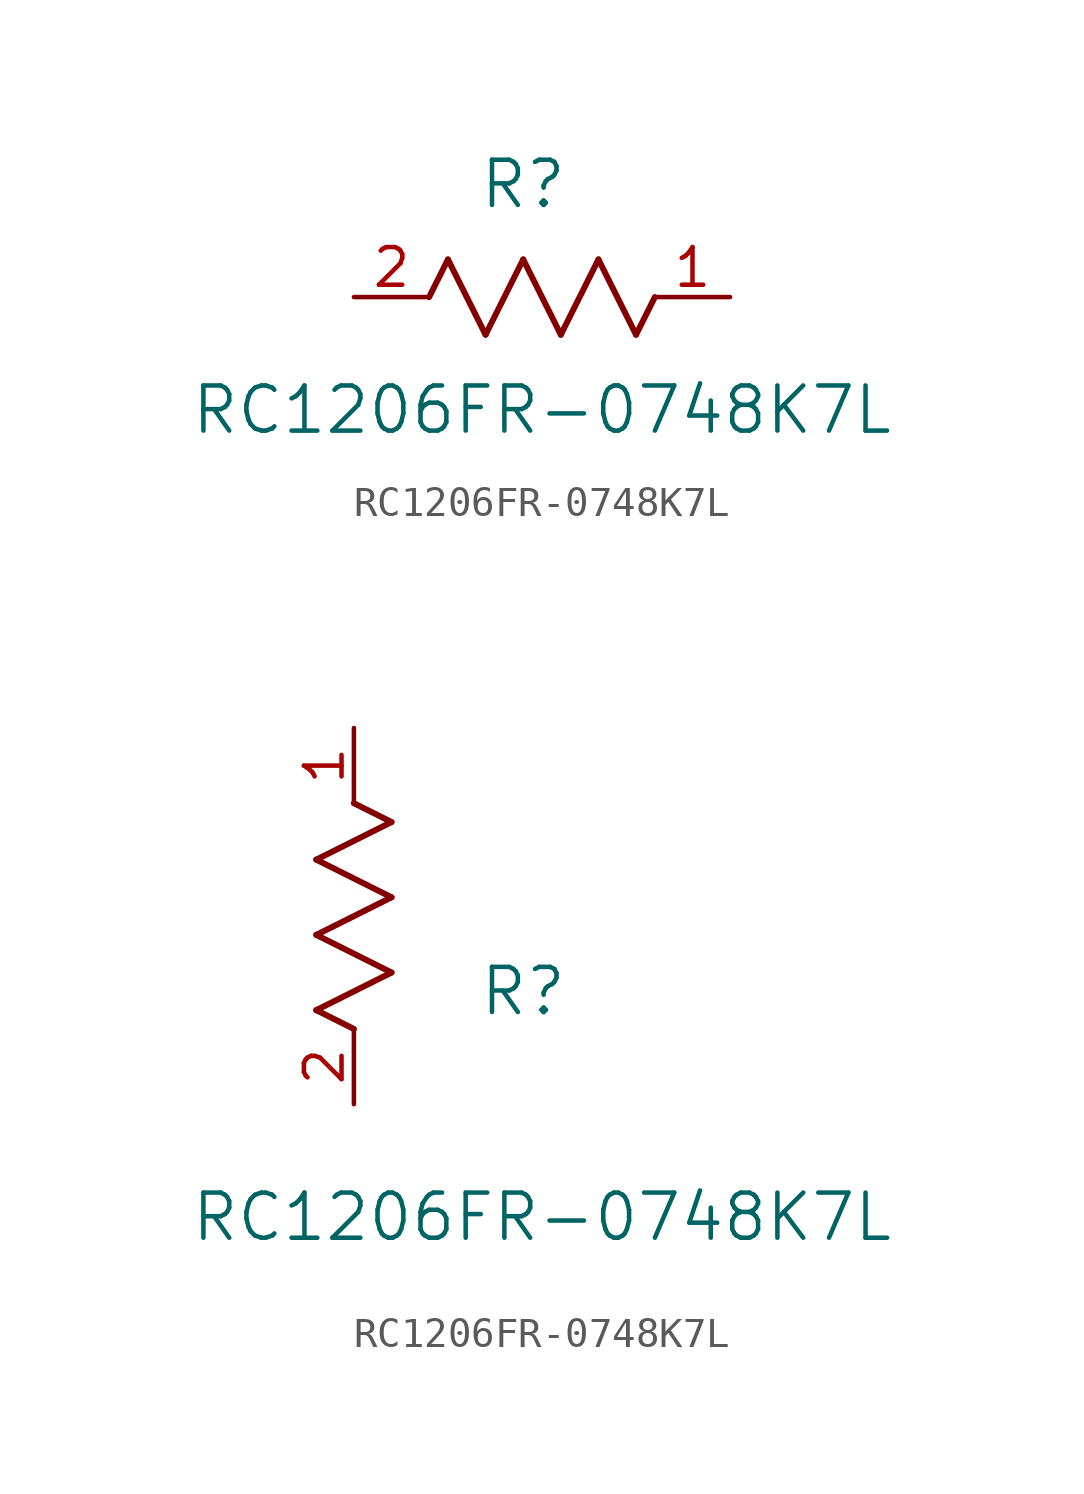
<source format=kicad_sym>
(kicad_symbol_lib
  (version 20211014)
  (generator kicad_symbol_editor)
  (symbol "RC1206FR-0748K7L"
    (pin_names
      (offset 0.254))
    (property "Reference" "R"
      (at 5.715 3.81 0)
      (effects (font (size 1.524 1.524))))
    (property "Value" "RC1206FR-0748K7L"
      (at 6.35 -3.81 0)
      (effects (font (size 1.524 1.524))))
    (symbol "RC1206FR-0748K7L_1_1"
      (polyline (pts (xy 3.175 1.27) (xy 4.445 -1.27)) (stroke (width 0.203) (type default) (color 0 0 0 0)) (fill (type none)))
      (polyline (pts (xy 4.445 -1.27) (xy 5.715 1.27)) (stroke (width 0.203) (type default) (color 0 0 0 0)) (fill (type none)))
      (polyline (pts (xy 5.715 1.27) (xy 6.985 -1.27)) (stroke (width 0.203) (type default) (color 0 0 0 0)) (fill (type none)))
      (polyline (pts (xy 6.985 -1.27) (xy 8.255 1.27)) (stroke (width 0.203) (type default) (color 0 0 0 0)) (fill (type none)))
      (polyline (pts (xy 8.255 1.27) (xy 9.525 -1.27)) (stroke (width 0.203) (type default) (color 0 0 0 0)) (fill (type none)))
      (polyline (pts (xy 2.54 0) (xy 3.175 1.27)) (stroke (width 0.203) (type default) (color 0 0 0 0)) (fill (type none)))
      (polyline (pts (xy 9.525 -1.27) (xy 10.16 0)) (stroke (width 0.203) (type default) (color 0 0 0 0)) (fill (type none)))
      (pin unspecified line (at 12.7 0 180) (length 2.54) (name "" (effects (font (size 1.27 1.27)))) (number "1" (effects (font (size 1.27 1.27)))))
      (pin unspecified line (at 0 0 0) (length 2.54) (name "" (effects (font (size 1.27 1.27)))) (number "2" (effects (font (size 1.27 1.27))))))
    (symbol "RC1206FR-0748K7L_1_2"
      (polyline (pts (xy 0 2.54) (xy -1.27 3.175)) (stroke (width 0.203) (type default) (color 0 0 0 0)) (fill (type none)))
      (polyline (pts (xy -1.27 3.175) (xy 1.27 4.445)) (stroke (width 0.203) (type default) (color 0 0 0 0)) (fill (type none)))
      (polyline (pts (xy 1.27 4.445) (xy -1.27 5.715)) (stroke (width 0.203) (type default) (color 0 0 0 0)) (fill (type none)))
      (polyline (pts (xy -1.27 5.715) (xy 1.27 6.985)) (stroke (width 0.203) (type default) (color 0 0 0 0)) (fill (type none)))
      (polyline (pts (xy -1.27 8.255) (xy 1.27 9.525)) (stroke (width 0.203) (type default) (color 0 0 0 0)) (fill (type none)))
      (polyline (pts (xy 1.27 9.525) (xy 0 10.16)) (stroke (width 0.203) (type default) (color 0 0 0 0)) (fill (type none)))
      (polyline (pts (xy 1.27 6.985) (xy -1.27 8.255)) (stroke (width 0.203) (type default) (color 0 0 0 0)) (fill (type none)))
      (pin unspecified line (at 0 12.7 270) (length 2.54) (name "" (effects (font (size 1.27 1.27)))) (number "1" (effects (font (size 1.27 1.27)))))
      (pin unspecified line (at 0 0 90) (length 2.54) (name "" (effects (font (size 1.27 1.27)))) (number "2" (effects (font (size 1.27 1.27))))))))
</source>
